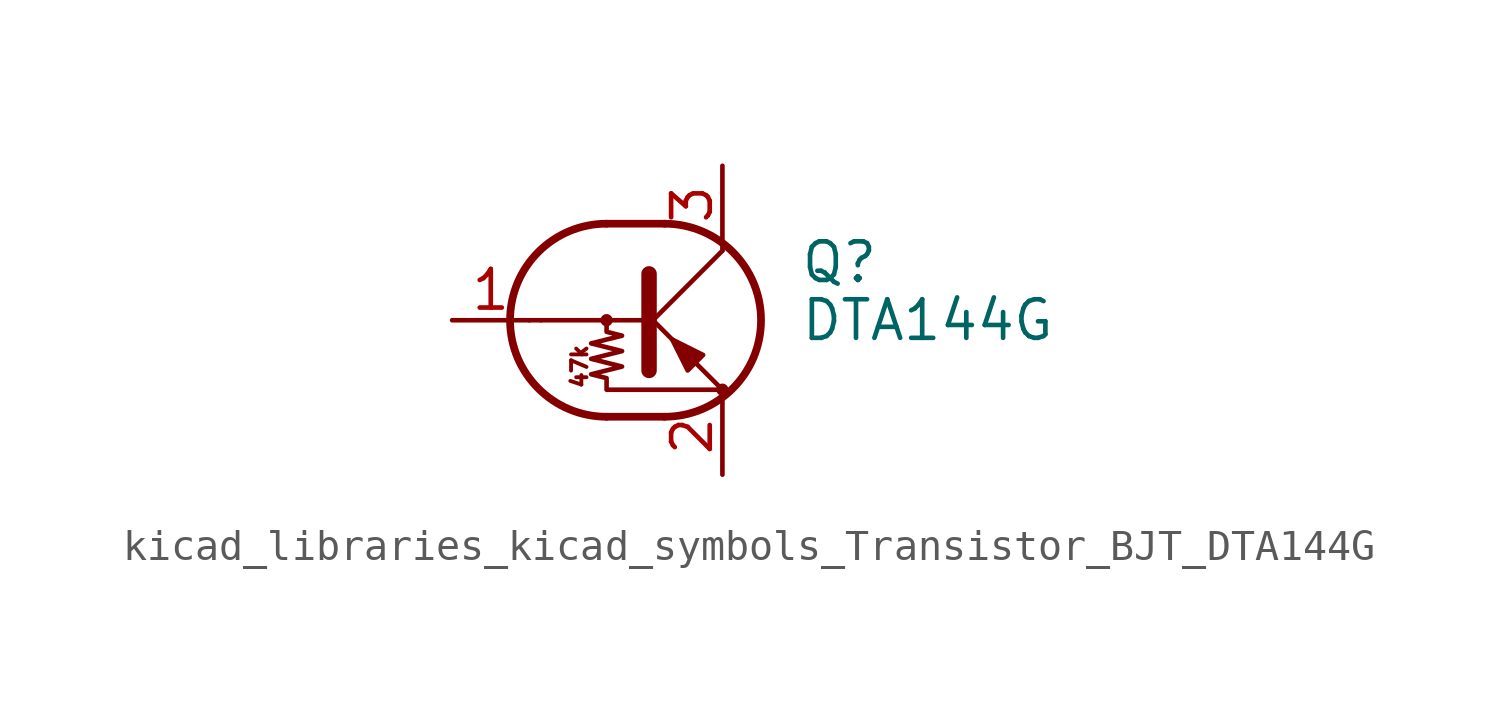
<source format=kicad_sym>
(kicad_symbol_lib
  (version 20220914)
  (generator kicad_symbol_editor)
  (symbol "kicad_libraries_kicad_symbols_Transistor_BJT_DTA144G"
    (pin_names
      (offset 0) hide)
    (property "Reference" "Q"
      (at 5.08 1.905 0)
      (effects (font (size 1.27 1.27)) (justify left)))
    (property "Value" "DTA144G"
      (at 5.08 0 0)
      (effects (font (size 1.27 1.27)) (justify left)))
    (symbol "kicad_libraries_kicad_symbols_Transistor_BJT_DTA144G_0_0"
      (polyline (pts (xy -3.429 0) (xy 0 0)) (stroke (width 0) (type default)) (fill (type none)))
      (text "47k" (at -2.159 -1.524 900) (effects (font (size 0.508 0.508)))))
    (symbol "kicad_libraries_kicad_symbols_Transistor_BJT_DTA144G_0_1"
      (circle (center -1.27 0) (radius 0.127) (stroke (width 0) (type default)) (fill (type none)))
      (arc (start -1.27 3.175) (mid -4.4312 0) (end -1.27 -3.175) (stroke (width 0.254) (type default)) (fill (type none)))
      (polyline (pts (xy -3.429 0) (xy -3.81 0)) (stroke (width 0) (type default)) (fill (type none)))
      (polyline (pts (xy -1.27 -3.175) (xy 0.635 -3.175)) (stroke (width 0.254) (type default)) (fill (type none)))
      (polyline (pts (xy -1.27 3.175) (xy 0.635 3.175)) (stroke (width 0.254) (type default)) (fill (type none)))
      (polyline (pts (xy 0 -0.254) (xy 2.54 2.286)) (stroke (width 0) (type default)) (fill (type none)))
      (polyline (pts (xy 0.127 1.524) (xy 0.127 -1.651)) (stroke (width 0.508) (type default)) (fill (type outline)))
      (polyline (pts (xy 2.54 2.286) (xy 2.54 2.54)) (stroke (width 0) (type default)) (fill (type none)))
      (polyline (pts (xy 2.54 -2.286) (xy 0 0.254) (xy 0 0.254)) (stroke (width 0) (type default)) (fill (type none)))
      (polyline (pts (xy 1.397 -1.651) (xy 1.905 -1.143) (xy 0.889 -0.635) (xy 1.397 -1.651)) (stroke (width 0) (type default)) (fill (type outline)))
      (polyline (pts (xy -1.27 0) (xy -1.27 -0.381) (xy -0.762 -0.508) (xy -1.778 -0.762) (xy -0.762 -1.016) (xy -1.778 -1.27) (xy -0.762 -1.524) (xy -1.778 -1.778) (xy -1.27 -1.905) (xy -1.27 -2.286) (xy 2.54 -2.286)) (stroke (width 0) (type default)) (fill (type none)))
      (arc (start 0.635 -3.175) (mid 3.7962 0) (end 0.635 3.175) (stroke (width 0.254) (type default)) (fill (type none)))
      (circle (center 2.54 -2.286) (radius 0.127) (stroke (width 0) (type default)) (fill (type none))))
    (symbol "kicad_libraries_kicad_symbols_Transistor_BJT_DTA144G_1_1"
      (pin input line (at -6.35 0 0) (length 2.54) (name "B" (effects (font (size 1.27 1.27)))) (number "1" (effects (font (size 1.27 1.27)))))
      (pin passive line (at 2.54 -5.08 90) (length 2.54) (name "E" (effects (font (size 1.27 1.27)))) (number "2" (effects (font (size 1.27 1.27)))))
      (pin passive line (at 2.54 5.08 270) (length 2.54) (name "C" (effects (font (size 1.27 1.27)))) (number "3" (effects (font (size 1.27 1.27))))))))
</source>
